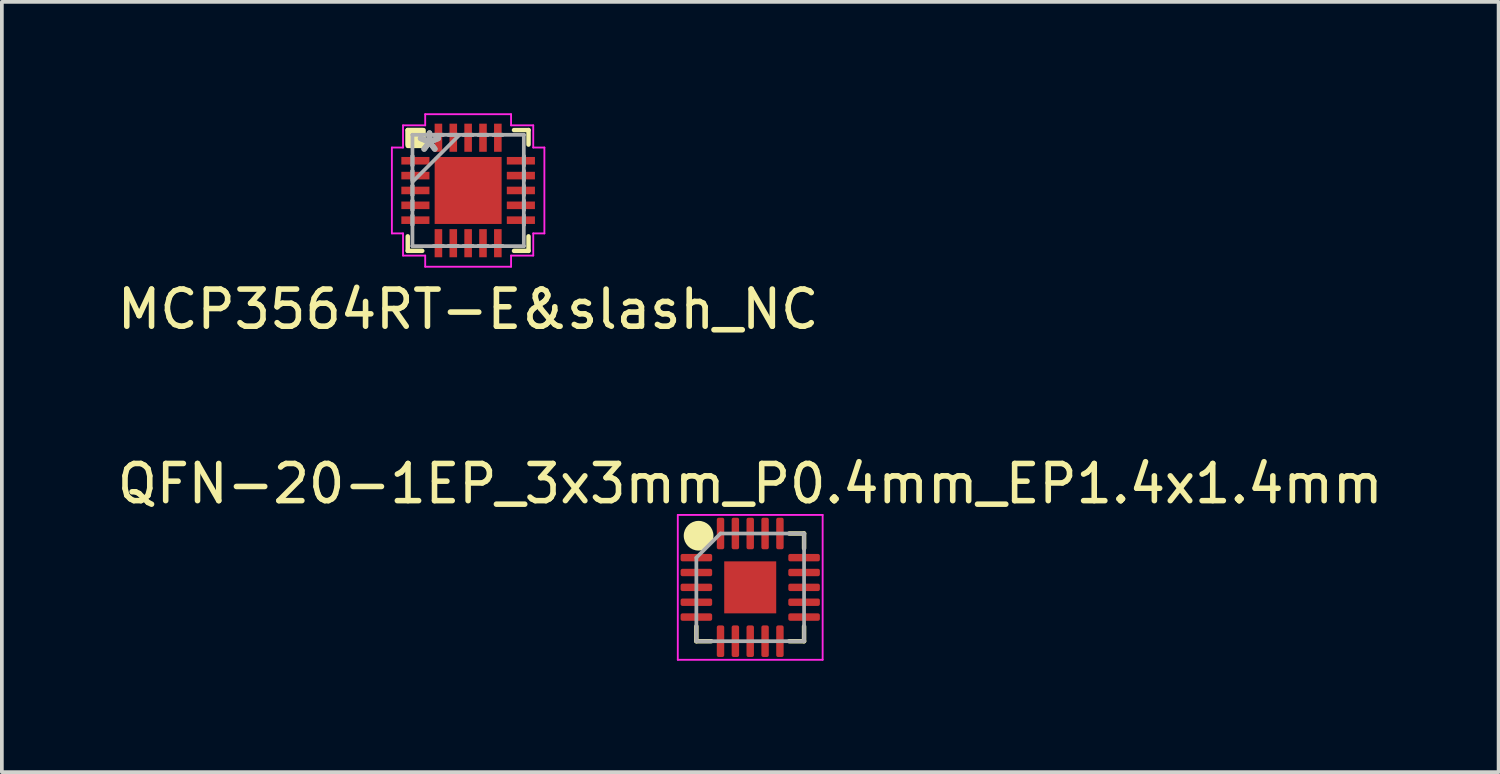
<source format=kicad_pcb>
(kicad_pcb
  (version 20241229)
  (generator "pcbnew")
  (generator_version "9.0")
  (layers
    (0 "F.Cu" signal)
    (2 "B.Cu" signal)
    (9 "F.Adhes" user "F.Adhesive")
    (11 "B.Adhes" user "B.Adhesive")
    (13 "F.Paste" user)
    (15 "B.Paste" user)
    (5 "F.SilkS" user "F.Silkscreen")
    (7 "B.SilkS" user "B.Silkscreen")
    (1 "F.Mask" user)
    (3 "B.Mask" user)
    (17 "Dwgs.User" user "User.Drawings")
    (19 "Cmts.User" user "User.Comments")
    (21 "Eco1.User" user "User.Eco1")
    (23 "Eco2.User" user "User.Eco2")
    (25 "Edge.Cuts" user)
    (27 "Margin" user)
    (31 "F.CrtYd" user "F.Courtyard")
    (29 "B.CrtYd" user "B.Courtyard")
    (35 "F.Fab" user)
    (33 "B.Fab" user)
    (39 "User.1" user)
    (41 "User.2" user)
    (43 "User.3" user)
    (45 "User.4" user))
  (footprint "MCP3564RT-E&slash_NC"
    (layer "F.Cu")
    (at 9.554 2.078)
    (property "Reference" "MCP3564RT-E&slash_NC" (at 0 3.2 0) (layer "F.SilkS") (effects (font (size 1 1) (thickness 0.15))))
    (attr through_hole)
    (fp_line (start -1.626 -1.626) (end -1.626 -1.235) (stroke (width 0.12) (type solid)) (layer "F.SilkS"))
    (fp_line (start -1.626 1.235) (end -1.626 1.626) (stroke (width 0.12) (type solid)) (layer "F.SilkS"))
    (fp_line (start -1.626 1.626) (end -1.235 1.626) (stroke (width 0.12) (type solid)) (layer "F.SilkS"))
    (fp_line (start -1.235 -1.626) (end -1.626 -1.626) (stroke (width 0.12) (type solid)) (layer "F.SilkS"))
    (fp_line (start 1.235 1.626) (end 1.626 1.626) (stroke (width 0.12) (type solid)) (layer "F.SilkS"))
    (fp_line (start 1.626 -1.626) (end 1.235 -1.626) (stroke (width 0.12) (type solid)) (layer "F.SilkS"))
    (fp_line (start 1.626 -1.235) (end 1.626 -1.626) (stroke (width 0.12) (type solid)) (layer "F.SilkS"))
    (fp_line (start 1.626 1.626) (end 1.626 1.235) (stroke (width 0.12) (type solid)) (layer "F.SilkS"))
    (fp_rect (start -1.626 -1.626) (end -1.2 -1.2) (stroke (width 0.12) (type solid)) (fill yes) (layer "F.SilkS"))
    (fp_line (start -2.053 -1.156) (end -1.753 -1.156) (stroke (width 0.05) (type solid)) (layer "F.CrtYd"))
    (fp_line (start -2.053 1.156) (end -2.053 -1.156) (stroke (width 0.05) (type solid)) (layer "F.CrtYd"))
    (fp_line (start -1.753 -1.753) (end -1.156 -1.753) (stroke (width 0.05) (type solid)) (layer "F.CrtYd"))
    (fp_line (start -1.753 -1.156) (end -1.753 -1.753) (stroke (width 0.05) (type solid)) (layer "F.CrtYd"))
    (fp_line (start -1.753 1.156) (end -2.053 1.156) (stroke (width 0.05) (type solid)) (layer "F.CrtYd"))
    (fp_line (start -1.753 1.753) (end -1.753 1.156) (stroke (width 0.05) (type solid)) (layer "F.CrtYd"))
    (fp_line (start -1.156 -2.053) (end 1.156 -2.053) (stroke (width 0.05) (type solid)) (layer "F.CrtYd"))
    (fp_line (start -1.156 -1.753) (end -1.156 -2.053) (stroke (width 0.05) (type solid)) (layer "F.CrtYd"))
    (fp_line (start -1.156 1.753) (end -1.753 1.753) (stroke (width 0.05) (type solid)) (layer "F.CrtYd"))
    (fp_line (start -1.156 2.053) (end -1.156 1.753) (stroke (width 0.05) (type solid)) (layer "F.CrtYd"))
    (fp_line (start 1.156 -2.053) (end 1.156 -1.753) (stroke (width 0.05) (type solid)) (layer "F.CrtYd"))
    (fp_line (start 1.156 -1.753) (end 1.753 -1.753) (stroke (width 0.05) (type solid)) (layer "F.CrtYd"))
    (fp_line (start 1.156 1.753) (end 1.156 2.053) (stroke (width 0.05) (type solid)) (layer "F.CrtYd"))
    (fp_line (start 1.156 2.053) (end -1.156 2.053) (stroke (width 0.05) (type solid)) (layer "F.CrtYd"))
    (fp_line (start 1.753 -1.753) (end 1.753 -1.156) (stroke (width 0.05) (type solid)) (layer "F.CrtYd"))
    (fp_line (start 1.753 -1.156) (end 2.053 -1.156) (stroke (width 0.05) (type solid)) (layer "F.CrtYd"))
    (fp_line (start 1.753 1.156) (end 1.753 1.753) (stroke (width 0.05) (type solid)) (layer "F.CrtYd"))
    (fp_line (start 1.753 1.753) (end 1.156 1.753) (stroke (width 0.05) (type solid)) (layer "F.CrtYd"))
    (fp_line (start 2.053 -1.156) (end 2.053 1.156) (stroke (width 0.05) (type solid)) (layer "F.CrtYd"))
    (fp_line (start 2.053 1.156) (end 1.753 1.156) (stroke (width 0.05) (type solid)) (layer "F.CrtYd"))
    (fp_line (start -1.499 -1.499) (end -1.499 -1.499) (stroke (width 0.1) (type solid)) (layer "F.Fab"))
    (fp_line (start -1.499 -1.499) (end -1.499 1.499) (stroke (width 0.1) (type solid)) (layer "F.Fab"))
    (fp_line (start -1.499 -0.927) (end -1.499 -0.927) (stroke (width 0.1) (type solid)) (layer "F.Fab"))
    (fp_line (start -1.499 -0.927) (end -1.499 -0.673) (stroke (width 0.1) (type solid)) (layer "F.Fab"))
    (fp_line (start -1.499 -0.673) (end -1.499 -0.927) (stroke (width 0.1) (type solid)) (layer "F.Fab"))
    (fp_line (start -1.499 -0.673) (end -1.499 -0.673) (stroke (width 0.1) (type solid)) (layer "F.Fab"))
    (fp_line (start -1.499 -0.527) (end -1.499 -0.527) (stroke (width 0.1) (type solid)) (layer "F.Fab"))
    (fp_line (start -1.499 -0.527) (end -1.499 -0.273) (stroke (width 0.1) (type solid)) (layer "F.Fab"))
    (fp_line (start -1.499 -0.273) (end -1.499 -0.527) (stroke (width 0.1) (type solid)) (layer "F.Fab"))
    (fp_line (start -1.499 -0.273) (end -1.499 -0.273) (stroke (width 0.1) (type solid)) (layer "F.Fab"))
    (fp_line (start -1.499 -0.229) (end -0.229 -1.499) (stroke (width 0.1) (type solid)) (layer "F.Fab"))
    (fp_line (start -1.499 -0.127) (end -1.499 -0.127) (stroke (width 0.1) (type solid)) (layer "F.Fab"))
    (fp_line (start -1.499 -0.127) (end -1.499 0.127) (stroke (width 0.1) (type solid)) (layer "F.Fab"))
    (fp_line (start -1.499 0.127) (end -1.499 -0.127) (stroke (width 0.1) (type solid)) (layer "F.Fab"))
    (fp_line (start -1.499 0.127) (end -1.499 0.127) (stroke (width 0.1) (type solid)) (layer "F.Fab"))
    (fp_line (start -1.499 0.273) (end -1.499 0.273) (stroke (width 0.1) (type solid)) (layer "F.Fab"))
    (fp_line (start -1.499 0.273) (end -1.499 0.527) (stroke (width 0.1) (type solid)) (layer "F.Fab"))
    (fp_line (start -1.499 0.527) (end -1.499 0.273) (stroke (width 0.1) (type solid)) (layer "F.Fab"))
    (fp_line (start -1.499 0.527) (end -1.499 0.527) (stroke (width 0.1) (type solid)) (layer "F.Fab"))
    (fp_line (start -1.499 0.673) (end -1.499 0.673) (stroke (width 0.1) (type solid)) (layer "F.Fab"))
    (fp_line (start -1.499 0.673) (end -1.499 0.927) (stroke (width 0.1) (type solid)) (layer "F.Fab"))
    (fp_line (start -1.499 0.927) (end -1.499 0.673) (stroke (width 0.1) (type solid)) (layer "F.Fab"))
    (fp_line (start -1.499 0.927) (end -1.499 0.927) (stroke (width 0.1) (type solid)) (layer "F.Fab"))
    (fp_line (start -1.499 1.499) (end -1.499 1.499) (stroke (width 0.1) (type solid)) (layer "F.Fab"))
    (fp_line (start -1.499 1.499) (end 1.499 1.499) (stroke (width 0.1) (type solid)) (layer "F.Fab"))
    (fp_line (start -0.927 -1.499) (end -0.927 -1.499) (stroke (width 0.1) (type solid)) (layer "F.Fab"))
    (fp_line (start -0.927 -1.499) (end -0.673 -1.499) (stroke (width 0.1) (type solid)) (layer "F.Fab"))
    (fp_line (start -0.927 1.499) (end -0.927 1.499) (stroke (width 0.1) (type solid)) (layer "F.Fab"))
    (fp_line (start -0.927 1.499) (end -0.673 1.499) (stroke (width 0.1) (type solid)) (layer "F.Fab"))
    (fp_line (start -0.673 -1.499) (end -0.927 -1.499) (stroke (width 0.1) (type solid)) (layer "F.Fab"))
    (fp_line (start -0.673 -1.499) (end -0.673 -1.499) (stroke (width 0.1) (type solid)) (layer "F.Fab"))
    (fp_line (start -0.673 1.499) (end -0.927 1.499) (stroke (width 0.1) (type solid)) (layer "F.Fab"))
    (fp_line (start -0.673 1.499) (end -0.673 1.499) (stroke (width 0.1) (type solid)) (layer "F.Fab"))
    (fp_line (start -0.527 -1.499) (end -0.527 -1.499) (stroke (width 0.1) (type solid)) (layer "F.Fab"))
    (fp_line (start -0.527 -1.499) (end -0.273 -1.499) (stroke (width 0.1) (type solid)) (layer "F.Fab"))
    (fp_line (start -0.527 1.499) (end -0.527 1.499) (stroke (width 0.1) (type solid)) (layer "F.Fab"))
    (fp_line (start -0.527 1.499) (end -0.273 1.499) (stroke (width 0.1) (type solid)) (layer "F.Fab"))
    (fp_line (start -0.273 -1.499) (end -0.527 -1.499) (stroke (width 0.1) (type solid)) (layer "F.Fab"))
    (fp_line (start -0.273 -1.499) (end -0.273 -1.499) (stroke (width 0.1) (type solid)) (layer "F.Fab"))
    (fp_line (start -0.273 1.499) (end -0.527 1.499) (stroke (width 0.1) (type solid)) (layer "F.Fab"))
    (fp_line (start -0.273 1.499) (end -0.273 1.499) (stroke (width 0.1) (type solid)) (layer "F.Fab"))
    (fp_line (start -0.127 -1.499) (end -0.127 -1.499) (stroke (width 0.1) (type solid)) (layer "F.Fab"))
    (fp_line (start -0.127 -1.499) (end 0.127 -1.499) (stroke (width 0.1) (type solid)) (layer "F.Fab"))
    (fp_line (start -0.127 1.499) (end -0.127 1.499) (stroke (width 0.1) (type solid)) (layer "F.Fab"))
    (fp_line (start -0.127 1.499) (end 0.127 1.499) (stroke (width 0.1) (type solid)) (layer "F.Fab"))
    (fp_line (start 0.127 -1.499) (end -0.127 -1.499) (stroke (width 0.1) (type solid)) (layer "F.Fab"))
    (fp_line (start 0.127 -1.499) (end 0.127 -1.499) (stroke (width 0.1) (type solid)) (layer "F.Fab"))
    (fp_line (start 0.127 1.499) (end -0.127 1.499) (stroke (width 0.1) (type solid)) (layer "F.Fab"))
    (fp_line (start 0.127 1.499) (end 0.127 1.499) (stroke (width 0.1) (type solid)) (layer "F.Fab"))
    (fp_line (start 0.273 -1.499) (end 0.273 -1.499) (stroke (width 0.1) (type solid)) (layer "F.Fab"))
    (fp_line (start 0.273 -1.499) (end 0.527 -1.499) (stroke (width 0.1) (type solid)) (layer "F.Fab"))
    (fp_line (start 0.273 1.499) (end 0.273 1.499) (stroke (width 0.1) (type solid)) (layer "F.Fab"))
    (fp_line (start 0.273 1.499) (end 0.527 1.499) (stroke (width 0.1) (type solid)) (layer "F.Fab"))
    (fp_line (start 0.527 -1.499) (end 0.273 -1.499) (stroke (width 0.1) (type solid)) (layer "F.Fab"))
    (fp_line (start 0.527 -1.499) (end 0.527 -1.499) (stroke (width 0.1) (type solid)) (layer "F.Fab"))
    (fp_line (start 0.527 1.499) (end 0.273 1.499) (stroke (width 0.1) (type solid)) (layer "F.Fab"))
    (fp_line (start 0.527 1.499) (end 0.527 1.499) (stroke (width 0.1) (type solid)) (layer "F.Fab"))
    (fp_line (start 0.673 -1.499) (end 0.673 -1.499) (stroke (width 0.1) (type solid)) (layer "F.Fab"))
    (fp_line (start 0.673 -1.499) (end 0.927 -1.499) (stroke (width 0.1) (type solid)) (layer "F.Fab"))
    (fp_line (start 0.673 1.499) (end 0.673 1.499) (stroke (width 0.1) (type solid)) (layer "F.Fab"))
    (fp_line (start 0.673 1.499) (end 0.927 1.499) (stroke (width 0.1) (type solid)) (layer "F.Fab"))
    (fp_line (start 0.927 -1.499) (end 0.673 -1.499) (stroke (width 0.1) (type solid)) (layer "F.Fab"))
    (fp_line (start 0.927 -1.499) (end 0.927 -1.499) (stroke (width 0.1) (type solid)) (layer "F.Fab"))
    (fp_line (start 0.927 1.499) (end 0.673 1.499) (stroke (width 0.1) (type solid)) (layer "F.Fab"))
    (fp_line (start 0.927 1.499) (end 0.927 1.499) (stroke (width 0.1) (type solid)) (layer "F.Fab"))
    (fp_line (start 1.499 -1.499) (end -1.499 -1.499) (stroke (width 0.1) (type solid)) (layer "F.Fab"))
    (fp_line (start 1.499 -1.499) (end 1.499 -1.499) (stroke (width 0.1) (type solid)) (layer "F.Fab"))
    (fp_line (start 1.499 -0.927) (end 1.499 -0.927) (stroke (width 0.1) (type solid)) (layer "F.Fab"))
    (fp_line (start 1.499 -0.927) (end 1.499 -0.673) (stroke (width 0.1) (type solid)) (layer "F.Fab"))
    (fp_line (start 1.499 -0.673) (end 1.499 -0.927) (stroke (width 0.1) (type solid)) (layer "F.Fab"))
    (fp_line (start 1.499 -0.673) (end 1.499 -0.673) (stroke (width 0.1) (type solid)) (layer "F.Fab"))
    (fp_line (start 1.499 -0.527) (end 1.499 -0.527) (stroke (width 0.1) (type solid)) (layer "F.Fab"))
    (fp_line (start 1.499 -0.527) (end 1.499 -0.273) (stroke (width 0.1) (type solid)) (layer "F.Fab"))
    (fp_line (start 1.499 -0.273) (end 1.499 -0.527) (stroke (width 0.1) (type solid)) (layer "F.Fab"))
    (fp_line (start 1.499 -0.273) (end 1.499 -0.273) (stroke (width 0.1) (type solid)) (layer "F.Fab"))
    (fp_line (start 1.499 -0.127) (end 1.499 -0.127) (stroke (width 0.1) (type solid)) (layer "F.Fab"))
    (fp_line (start 1.499 -0.127) (end 1.499 0.127) (stroke (width 0.1) (type solid)) (layer "F.Fab"))
    (fp_line (start 1.499 0.127) (end 1.499 -0.127) (stroke (width 0.1) (type solid)) (layer "F.Fab"))
    (fp_line (start 1.499 0.127) (end 1.499 0.127) (stroke (width 0.1) (type solid)) (layer "F.Fab"))
    (fp_line (start 1.499 0.273) (end 1.499 0.273) (stroke (width 0.1) (type solid)) (layer "F.Fab"))
    (fp_line (start 1.499 0.273) (end 1.499 0.527) (stroke (width 0.1) (type solid)) (layer "F.Fab"))
    (fp_line (start 1.499 0.527) (end 1.499 0.273) (stroke (width 0.1) (type solid)) (layer "F.Fab"))
    (fp_line (start 1.499 0.527) (end 1.499 0.527) (stroke (width 0.1) (type solid)) (layer "F.Fab"))
    (fp_line (start 1.499 0.673) (end 1.499 0.673) (stroke (width 0.1) (type solid)) (layer "F.Fab"))
    (fp_line (start 1.499 0.673) (end 1.499 0.927) (stroke (width 0.1) (type solid)) (layer "F.Fab"))
    (fp_line (start 1.499 0.927) (end 1.499 0.673) (stroke (width 0.1) (type solid)) (layer "F.Fab"))
    (fp_line (start 1.499 0.927) (end 1.499 0.927) (stroke (width 0.1) (type solid)) (layer "F.Fab"))
    (fp_line (start 1.499 1.499) (end 1.499 -1.499) (stroke (width 0.1) (type solid)) (layer "F.Fab"))
    (fp_line (start 1.499 1.499) (end 1.499 1.499) (stroke (width 0.1) (type solid)) (layer "F.Fab"))
    (fp_text user "*" (at -1.041 -1 0) (layer "F.Fab") (effects (font (size 1 1) (thickness 0.15))))
    (fp_text user "*" (at -1.041 -1 0) (layer "F.Fab") (effects (font (size 1 1) (thickness 0.15))))
    (pad "1" smd rect (at -1.42 -0.8 90) (size 0.204 0.757) (layers "F.Cu" "F.Mask" "F.Paste"))
    (pad "2" smd rect (at -1.42 -0.4 90) (size 0.204 0.757) (layers "F.Cu" "F.Mask" "F.Paste"))
    (pad "3" smd rect (at -1.42 0 90) (size 0.204 0.757) (layers "F.Cu" "F.Mask" "F.Paste"))
    (pad "4" smd rect (at -1.42 0.4 90) (size 0.204 0.757) (layers "F.Cu" "F.Mask" "F.Paste"))
    (pad "5" smd rect (at -1.42 0.8 90) (size 0.204 0.757) (layers "F.Cu" "F.Mask" "F.Paste"))
    (pad "6" smd rect (at -0.8 1.42) (size 0.204 0.757) (layers "F.Cu" "F.Mask" "F.Paste"))
    (pad "7" smd rect (at -0.4 1.42) (size 0.204 0.757) (layers "F.Cu" "F.Mask" "F.Paste"))
    (pad "8" smd rect (at 0 1.42) (size 0.204 0.757) (layers "F.Cu" "F.Mask" "F.Paste"))
    (pad "9" smd rect (at 0.4 1.42) (size 0.204 0.757) (layers "F.Cu" "F.Mask" "F.Paste"))
    (pad "10" smd rect (at 0.8 1.42) (size 0.204 0.757) (layers "F.Cu" "F.Mask" "F.Paste"))
    (pad "11" smd rect (at 1.42 0.8 90) (size 0.204 0.757) (layers "F.Cu" "F.Mask" "F.Paste"))
    (pad "12" smd rect (at 1.42 0.4 90) (size 0.204 0.757) (layers "F.Cu" "F.Mask" "F.Paste"))
    (pad "13" smd rect (at 1.42 0 90) (size 0.204 0.757) (layers "F.Cu" "F.Mask" "F.Paste"))
    (pad "14" smd rect (at 1.42 -0.4 90) (size 0.204 0.757) (layers "F.Cu" "F.Mask" "F.Paste"))
    (pad "15" smd rect (at 1.42 -0.8 90) (size 0.204 0.757) (layers "F.Cu" "F.Mask" "F.Paste"))
    (pad "16" smd rect (at 0.8 -1.42) (size 0.204 0.757) (layers "F.Cu" "F.Mask" "F.Paste"))
    (pad "17" smd rect (at 0.4 -1.42) (size 0.204 0.757) (layers "F.Cu" "F.Mask" "F.Paste"))
    (pad "18" smd rect (at 0 -1.42) (size 0.204 0.757) (layers "F.Cu" "F.Mask" "F.Paste"))
    (pad "19" smd rect (at -0.4 -1.42) (size 0.204 0.757) (layers "F.Cu" "F.Mask" "F.Paste"))
    (pad "20" smd rect (at -0.8 -1.42) (size 0.204 0.757) (layers "F.Cu" "F.Mask" "F.Paste"))
    (pad "21" smd rect (at 0 0) (size 1.803 1.803) (layers "F.Cu" "F.Mask" "F.Paste")))
  (footprint "QFN-20-1EP_3x3mm_P0.4mm_EP1.4x1.4mm"
    (layer "F.Cu")
    (at 17.149 12.764)
    (property "Reference" "QFN-20-1EP_3x3mm_P0.4mm_EP1.4x1.4mm" (at 0 -2.79 0) (layer "F.SilkS") (effects (font (size 1 1) (thickness 0.15))))
    (attr smd)
    (fp_line (start -1.45 1.45) (end -1.45 1.05) (stroke (width 0.12) (type solid)) (layer "F.SilkS"))
    (fp_line (start -1.05 1.45) (end -1.45 1.45) (stroke (width 0.12) (type solid)) (layer "F.SilkS"))
    (fp_line (start 1.05 -1.45) (end 1.45 -1.45) (stroke (width 0.12) (type solid)) (layer "F.SilkS"))
    (fp_line (start 1.45 -1.45) (end 1.45 -1.05) (stroke (width 0.12) (type solid)) (layer "F.SilkS"))
    (fp_line (start 1.45 1.05) (end 1.45 1.45) (stroke (width 0.12) (type solid)) (layer "F.SilkS"))
    (fp_line (start 1.45 1.45) (end 1.05 1.45) (stroke (width 0.12) (type solid)) (layer "F.SilkS"))
    (fp_circle (center -1.39 -1.39) (end -0.99 -1.39) (stroke (width 0) (type solid)) (fill yes) (layer "F.SilkS"))
    (fp_line (start -1.95 -1.95) (end -1.95 1.95) (stroke (width 0.05) (type solid)) (layer "F.CrtYd"))
    (fp_line (start -1.95 1.95) (end 1.95 1.95) (stroke (width 0.05) (type solid)) (layer "F.CrtYd"))
    (fp_line (start 1.95 -1.95) (end -1.95 -1.95) (stroke (width 0.05) (type solid)) (layer "F.CrtYd"))
    (fp_line (start 1.95 1.95) (end 1.95 -1.95) (stroke (width 0.05) (type solid)) (layer "F.CrtYd"))
    (fp_line (start -1.45 -0.8) (end -0.8 -1.45) (stroke (width 0.1) (type solid)) (layer "F.Fab"))
    (fp_line (start -1.45 1.45) (end -1.45 -0.8) (stroke (width 0.1) (type solid)) (layer "F.Fab"))
    (fp_line (start -0.8 -1.45) (end 1.45 -1.45) (stroke (width 0.1) (type solid)) (layer "F.Fab"))
    (fp_line (start 1.45 -1.45) (end 1.45 1.45) (stroke (width 0.1) (type solid)) (layer "F.Fab"))
    (fp_line (start 1.45 1.45) (end -1.45 1.45) (stroke (width 0.1) (type solid)) (layer "F.Fab"))
    (pad "" smd roundrect (at -0.35 -0.35) (size 0.5 0.5) (layers "F.Paste") (roundrect_rratio 0.25))
    (pad "" smd roundrect (at -0.35 0.35) (size 0.5 0.5) (layers "F.Paste") (roundrect_rratio 0.25))
    (pad "" smd roundrect (at 0.35 -0.35) (size 0.5 0.5) (layers "F.Paste") (roundrect_rratio 0.25))
    (pad "" smd roundrect (at 0.35 0.35) (size 0.5 0.5) (layers "F.Paste") (roundrect_rratio 0.25))
    (pad "1" smd roundrect (at -1.45 -0.8) (size 0.85 0.2) (layers "F.Cu" "F.Mask" "F.Paste") (roundrect_rratio 0.25))
    (pad "2" smd roundrect (at -1.45 -0.4) (size 0.85 0.2) (layers "F.Cu" "F.Mask" "F.Paste") (roundrect_rratio 0.25))
    (pad "3" smd roundrect (at -1.45 0) (size 0.85 0.2) (layers "F.Cu" "F.Mask" "F.Paste") (roundrect_rratio 0.25))
    (pad "4" smd roundrect (at -1.45 0.4) (size 0.85 0.2) (layers "F.Cu" "F.Mask" "F.Paste") (roundrect_rratio 0.25))
    (pad "5" smd roundrect (at -1.45 0.8) (size 0.85 0.2) (layers "F.Cu" "F.Mask" "F.Paste") (roundrect_rratio 0.25))
    (pad "6" smd roundrect (at -0.8 1.45) (size 0.2 0.85) (layers "F.Cu" "F.Mask" "F.Paste") (roundrect_rratio 0.25))
    (pad "7" smd roundrect (at -0.4 1.45) (size 0.2 0.85) (layers "F.Cu" "F.Mask" "F.Paste") (roundrect_rratio 0.25))
    (pad "8" smd roundrect (at 0 1.45) (size 0.2 0.85) (layers "F.Cu" "F.Mask" "F.Paste") (roundrect_rratio 0.25))
    (pad "9" smd roundrect (at 0.4 1.45) (size 0.2 0.85) (layers "F.Cu" "F.Mask" "F.Paste") (roundrect_rratio 0.25))
    (pad "10" smd roundrect (at 0.8 1.45) (size 0.2 0.85) (layers "F.Cu" "F.Mask" "F.Paste") (roundrect_rratio 0.25))
    (pad "11" smd roundrect (at 1.45 0.8) (size 0.85 0.2) (layers "F.Cu" "F.Mask" "F.Paste") (roundrect_rratio 0.25))
    (pad "12" smd roundrect (at 1.45 0.4) (size 0.85 0.2) (layers "F.Cu" "F.Mask" "F.Paste") (roundrect_rratio 0.25))
    (pad "13" smd roundrect (at 1.45 0) (size 0.85 0.2) (layers "F.Cu" "F.Mask" "F.Paste") (roundrect_rratio 0.25))
    (pad "14" smd roundrect (at 1.45 -0.4) (size 0.85 0.2) (layers "F.Cu" "F.Mask" "F.Paste") (roundrect_rratio 0.25))
    (pad "15" smd roundrect (at 1.45 -0.8) (size 0.85 0.2) (layers "F.Cu" "F.Mask" "F.Paste") (roundrect_rratio 0.25))
    (pad "16" smd roundrect (at 0.8 -1.45) (size 0.2 0.85) (layers "F.Cu" "F.Mask" "F.Paste") (roundrect_rratio 0.25))
    (pad "17" smd roundrect (at 0.4 -1.45) (size 0.2 0.85) (layers "F.Cu" "F.Mask" "F.Paste") (roundrect_rratio 0.25))
    (pad "18" smd roundrect (at 0 -1.45) (size 0.2 0.85) (layers "F.Cu" "F.Mask" "F.Paste") (roundrect_rratio 0.25))
    (pad "19" smd roundrect (at -0.4 -1.45) (size 0.2 0.85) (layers "F.Cu" "F.Mask" "F.Paste") (roundrect_rratio 0.25))
    (pad "20" smd roundrect (at -0.8 -1.45) (size 0.2 0.85) (layers "F.Cu" "F.Mask" "F.Paste") (roundrect_rratio 0.25))
    (pad "21" smd rect (at 0 0) (size 1.4 1.4) (layers "F.Cu" "F.Mask")))
  (gr_rect
    (start -3 -3)
    (end 37.298 17.739)
    (stroke (width 0.1) (type default))
    (fill no)
    (layer "Edge.Cuts")))
</source>
